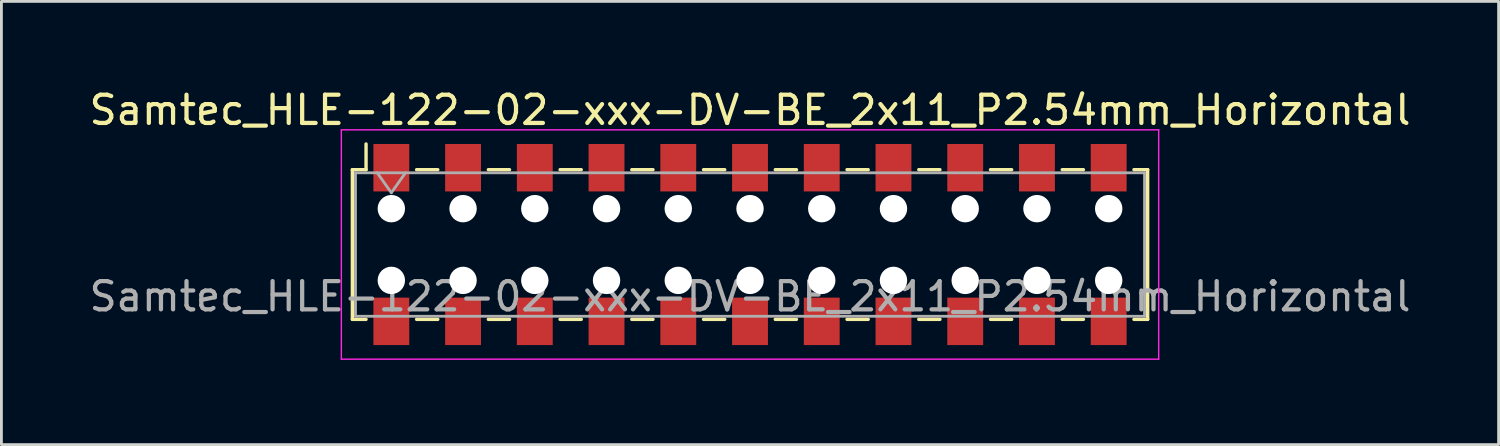
<source format=kicad_pcb>
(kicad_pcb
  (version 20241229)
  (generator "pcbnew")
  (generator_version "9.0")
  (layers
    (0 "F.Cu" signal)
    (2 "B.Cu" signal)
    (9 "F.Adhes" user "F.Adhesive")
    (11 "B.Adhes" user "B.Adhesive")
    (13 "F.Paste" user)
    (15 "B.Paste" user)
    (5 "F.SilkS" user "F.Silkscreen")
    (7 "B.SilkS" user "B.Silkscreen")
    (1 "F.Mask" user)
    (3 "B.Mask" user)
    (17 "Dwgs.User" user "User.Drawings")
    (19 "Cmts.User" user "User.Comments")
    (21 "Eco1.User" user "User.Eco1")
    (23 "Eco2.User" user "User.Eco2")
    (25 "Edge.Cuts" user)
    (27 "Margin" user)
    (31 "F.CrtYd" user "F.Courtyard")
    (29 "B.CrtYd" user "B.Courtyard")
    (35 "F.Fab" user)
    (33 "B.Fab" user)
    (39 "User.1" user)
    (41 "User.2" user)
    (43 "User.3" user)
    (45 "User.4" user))
  (footprint "Samtec_HLE-122-02-xxx-DV-BE_2x11_P2.54mm_Horizontal"
    (layer "F.Cu")
    (at 23.506 5.608)
    (property "Reference" "Samtec_HLE-122-02-xxx-DV-BE_2x11_P2.54mm_Horizontal" (at 0 -4.76 0) (layer "F.SilkS") (effects (font (size 1 1) (thickness 0.15))))
    (attr smd)
    (fp_line (start -14.08 -2.65) (end -14.08 2.65) (stroke (width 0.12) (type solid)) (layer "F.SilkS"))
    (fp_line (start -14.08 2.65) (end -13.595 2.65) (stroke (width 0.12) (type solid)) (layer "F.SilkS"))
    (fp_line (start -13.595 -3.56) (end -13.595 -2.65) (stroke (width 0.12) (type solid)) (layer "F.SilkS"))
    (fp_line (start -13.595 -2.65) (end -14.08 -2.65) (stroke (width 0.12) (type solid)) (layer "F.SilkS"))
    (fp_line (start -11.805 -2.65) (end -11.055 -2.65) (stroke (width 0.12) (type solid)) (layer "F.SilkS"))
    (fp_line (start -11.805 2.65) (end -11.055 2.65) (stroke (width 0.12) (type solid)) (layer "F.SilkS"))
    (fp_line (start -9.265 -2.65) (end -8.515 -2.65) (stroke (width 0.12) (type solid)) (layer "F.SilkS"))
    (fp_line (start -9.265 2.65) (end -8.515 2.65) (stroke (width 0.12) (type solid)) (layer "F.SilkS"))
    (fp_line (start -6.725 -2.65) (end -5.975 -2.65) (stroke (width 0.12) (type solid)) (layer "F.SilkS"))
    (fp_line (start -6.725 2.65) (end -5.975 2.65) (stroke (width 0.12) (type solid)) (layer "F.SilkS"))
    (fp_line (start -4.185 -2.65) (end -3.435 -2.65) (stroke (width 0.12) (type solid)) (layer "F.SilkS"))
    (fp_line (start -4.185 2.65) (end -3.435 2.65) (stroke (width 0.12) (type solid)) (layer "F.SilkS"))
    (fp_line (start -1.645 -2.65) (end -0.895 -2.65) (stroke (width 0.12) (type solid)) (layer "F.SilkS"))
    (fp_line (start -1.645 2.65) (end -0.895 2.65) (stroke (width 0.12) (type solid)) (layer "F.SilkS"))
    (fp_line (start 0.895 -2.65) (end 1.645 -2.65) (stroke (width 0.12) (type solid)) (layer "F.SilkS"))
    (fp_line (start 0.895 2.65) (end 1.645 2.65) (stroke (width 0.12) (type solid)) (layer "F.SilkS"))
    (fp_line (start 3.435 -2.65) (end 4.185 -2.65) (stroke (width 0.12) (type solid)) (layer "F.SilkS"))
    (fp_line (start 3.435 2.65) (end 4.185 2.65) (stroke (width 0.12) (type solid)) (layer "F.SilkS"))
    (fp_line (start 5.975 -2.65) (end 6.725 -2.65) (stroke (width 0.12) (type solid)) (layer "F.SilkS"))
    (fp_line (start 5.975 2.65) (end 6.725 2.65) (stroke (width 0.12) (type solid)) (layer "F.SilkS"))
    (fp_line (start 8.515 -2.65) (end 9.265 -2.65) (stroke (width 0.12) (type solid)) (layer "F.SilkS"))
    (fp_line (start 8.515 2.65) (end 9.265 2.65) (stroke (width 0.12) (type solid)) (layer "F.SilkS"))
    (fp_line (start 11.055 -2.65) (end 11.805 -2.65) (stroke (width 0.12) (type solid)) (layer "F.SilkS"))
    (fp_line (start 11.055 2.65) (end 11.805 2.65) (stroke (width 0.12) (type solid)) (layer "F.SilkS"))
    (fp_line (start 13.595 -2.65) (end 14.08 -2.65) (stroke (width 0.12) (type solid)) (layer "F.SilkS"))
    (fp_line (start 14.08 -2.65) (end 14.08 2.65) (stroke (width 0.12) (type solid)) (layer "F.SilkS"))
    (fp_line (start 14.08 2.65) (end 13.595 2.65) (stroke (width 0.12) (type solid)) (layer "F.SilkS"))
    (fp_line (start -14.47 -4.06) (end 14.47 -4.06) (stroke (width 0.05) (type solid)) (layer "F.CrtYd"))
    (fp_line (start -14.47 4.06) (end -14.47 -4.06) (stroke (width 0.05) (type solid)) (layer "F.CrtYd"))
    (fp_line (start 14.47 -4.06) (end 14.47 4.06) (stroke (width 0.05) (type solid)) (layer "F.CrtYd"))
    (fp_line (start 14.47 4.06) (end -14.47 4.06) (stroke (width 0.05) (type solid)) (layer "F.CrtYd"))
    (fp_line (start -13.97 -2.54) (end 13.97 -2.54) (stroke (width 0.1) (type solid)) (layer "F.Fab"))
    (fp_line (start -13.97 2.54) (end -13.97 -2.54) (stroke (width 0.1) (type solid)) (layer "F.Fab"))
    (fp_line (start -13.2 -2.54) (end -12.7 -1.833) (stroke (width 0.1) (type solid)) (layer "F.Fab"))
    (fp_line (start -12.7 -1.833) (end -12.2 -2.54) (stroke (width 0.1) (type solid)) (layer "F.Fab"))
    (fp_line (start 13.97 -2.54) (end 13.97 2.54) (stroke (width 0.1) (type solid)) (layer "F.Fab"))
    (fp_line (start 13.97 2.54) (end -13.97 2.54) (stroke (width 0.1) (type solid)) (layer "F.Fab"))
    (fp_text user "${REFERENCE}" (at 0 1.84 0) (layer "F.Fab") (effects (font (size 1 1) (thickness 0.15))))
    (pad "" np_thru_hole circle (at -12.7 -1.27) (size 0.97 0.97) (drill 0.97) (layers "*.Cu" "*.Mask"))
    (pad "" np_thru_hole circle (at -12.7 1.27) (size 0.97 0.97) (drill 0.97) (layers "*.Cu" "*.Mask"))
    (pad "" np_thru_hole circle (at -10.16 -1.27) (size 0.97 0.97) (drill 0.97) (layers "*.Cu" "*.Mask"))
    (pad "" np_thru_hole circle (at -10.16 1.27) (size 0.97 0.97) (drill 0.97) (layers "*.Cu" "*.Mask"))
    (pad "" np_thru_hole circle (at -7.62 -1.27) (size 0.97 0.97) (drill 0.97) (layers "*.Cu" "*.Mask"))
    (pad "" np_thru_hole circle (at -7.62 1.27) (size 0.97 0.97) (drill 0.97) (layers "*.Cu" "*.Mask"))
    (pad "" np_thru_hole circle (at -5.08 -1.27) (size 0.97 0.97) (drill 0.97) (layers "*.Cu" "*.Mask"))
    (pad "" np_thru_hole circle (at -5.08 1.27) (size 0.97 0.97) (drill 0.97) (layers "*.Cu" "*.Mask"))
    (pad "" np_thru_hole circle (at -2.54 -1.27) (size 0.97 0.97) (drill 0.97) (layers "*.Cu" "*.Mask"))
    (pad "" np_thru_hole circle (at -2.54 1.27) (size 0.97 0.97) (drill 0.97) (layers "*.Cu" "*.Mask"))
    (pad "" np_thru_hole circle (at 0 -1.27) (size 0.97 0.97) (drill 0.97) (layers "*.Cu" "*.Mask"))
    (pad "" np_thru_hole circle (at 0 1.27) (size 0.97 0.97) (drill 0.97) (layers "*.Cu" "*.Mask"))
    (pad "" np_thru_hole circle (at 2.54 -1.27) (size 0.97 0.97) (drill 0.97) (layers "*.Cu" "*.Mask"))
    (pad "" np_thru_hole circle (at 2.54 1.27) (size 0.97 0.97) (drill 0.97) (layers "*.Cu" "*.Mask"))
    (pad "" np_thru_hole circle (at 5.08 -1.27) (size 0.97 0.97) (drill 0.97) (layers "*.Cu" "*.Mask"))
    (pad "" np_thru_hole circle (at 5.08 1.27) (size 0.97 0.97) (drill 0.97) (layers "*.Cu" "*.Mask"))
    (pad "" np_thru_hole circle (at 7.62 -1.27) (size 0.97 0.97) (drill 0.97) (layers "*.Cu" "*.Mask"))
    (pad "" np_thru_hole circle (at 7.62 1.27) (size 0.97 0.97) (drill 0.97) (layers "*.Cu" "*.Mask"))
    (pad "" np_thru_hole circle (at 10.16 -1.27) (size 0.97 0.97) (drill 0.97) (layers "*.Cu" "*.Mask"))
    (pad "" np_thru_hole circle (at 10.16 1.27) (size 0.97 0.97) (drill 0.97) (layers "*.Cu" "*.Mask"))
    (pad "" np_thru_hole circle (at 12.7 -1.27) (size 0.97 0.97) (drill 0.97) (layers "*.Cu" "*.Mask"))
    (pad "" np_thru_hole circle (at 12.7 1.27) (size 0.97 0.97) (drill 0.97) (layers "*.Cu" "*.Mask"))
    (pad "1" smd rect (at -12.7 -2.72) (size 1.27 1.68) (layers "F.Cu" "F.Mask" "F.Paste"))
    (pad "2" smd rect (at -12.7 2.72) (size 1.27 1.68) (layers "F.Cu" "F.Mask" "F.Paste"))
    (pad "3" smd rect (at -10.16 -2.72) (size 1.27 1.68) (layers "F.Cu" "F.Mask" "F.Paste"))
    (pad "4" smd rect (at -10.16 2.72) (size 1.27 1.68) (layers "F.Cu" "F.Mask" "F.Paste"))
    (pad "5" smd rect (at -7.62 -2.72) (size 1.27 1.68) (layers "F.Cu" "F.Mask" "F.Paste"))
    (pad "6" smd rect (at -7.62 2.72) (size 1.27 1.68) (layers "F.Cu" "F.Mask" "F.Paste"))
    (pad "7" smd rect (at -5.08 -2.72) (size 1.27 1.68) (layers "F.Cu" "F.Mask" "F.Paste"))
    (pad "8" smd rect (at -5.08 2.72) (size 1.27 1.68) (layers "F.Cu" "F.Mask" "F.Paste"))
    (pad "9" smd rect (at -2.54 -2.72) (size 1.27 1.68) (layers "F.Cu" "F.Mask" "F.Paste"))
    (pad "10" smd rect (at -2.54 2.72) (size 1.27 1.68) (layers "F.Cu" "F.Mask" "F.Paste"))
    (pad "11" smd rect (at 0 -2.72) (size 1.27 1.68) (layers "F.Cu" "F.Mask" "F.Paste"))
    (pad "12" smd rect (at 0 2.72) (size 1.27 1.68) (layers "F.Cu" "F.Mask" "F.Paste"))
    (pad "13" smd rect (at 2.54 -2.72) (size 1.27 1.68) (layers "F.Cu" "F.Mask" "F.Paste"))
    (pad "14" smd rect (at 2.54 2.72) (size 1.27 1.68) (layers "F.Cu" "F.Mask" "F.Paste"))
    (pad "15" smd rect (at 5.08 -2.72) (size 1.27 1.68) (layers "F.Cu" "F.Mask" "F.Paste"))
    (pad "16" smd rect (at 5.08 2.72) (size 1.27 1.68) (layers "F.Cu" "F.Mask" "F.Paste"))
    (pad "17" smd rect (at 7.62 -2.72) (size 1.27 1.68) (layers "F.Cu" "F.Mask" "F.Paste"))
    (pad "18" smd rect (at 7.62 2.72) (size 1.27 1.68) (layers "F.Cu" "F.Mask" "F.Paste"))
    (pad "19" smd rect (at 10.16 -2.72) (size 1.27 1.68) (layers "F.Cu" "F.Mask" "F.Paste"))
    (pad "20" smd rect (at 10.16 2.72) (size 1.27 1.68) (layers "F.Cu" "F.Mask" "F.Paste"))
    (pad "21" smd rect (at 12.7 -2.72) (size 1.27 1.68) (layers "F.Cu" "F.Mask" "F.Paste"))
    (pad "22" smd rect (at 12.7 2.72) (size 1.27 1.68) (layers "F.Cu" "F.Mask" "F.Paste")))
  (gr_rect
    (start -3 -3)
    (end 50.012 12.693)
    (stroke (width 0.1) (type default))
    (fill no)
    (layer "Edge.Cuts")))
</source>
